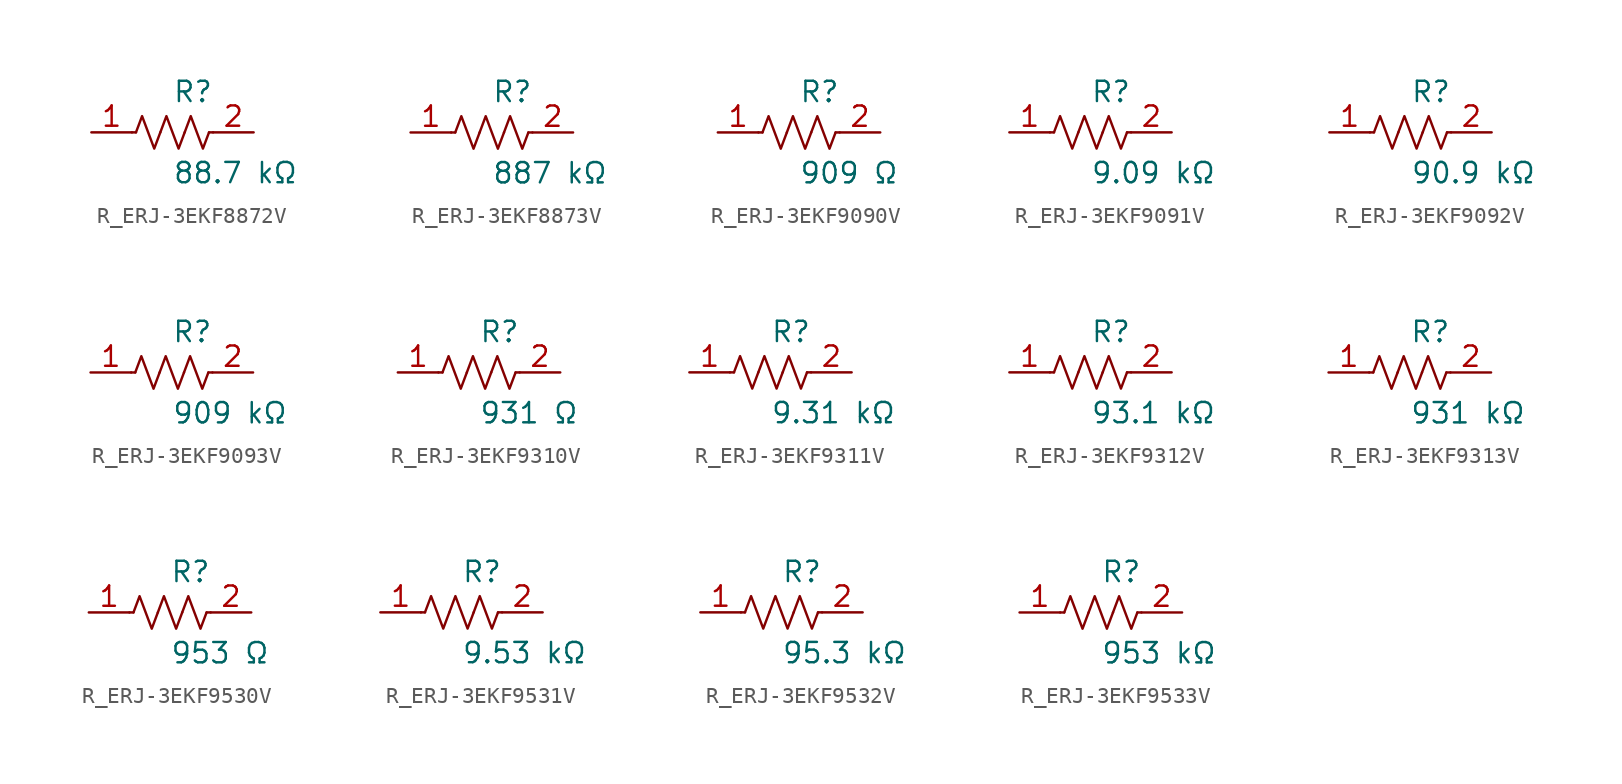
<source format=kicad_sym>
(kicad_symbol_lib
  (version 20231120)
  (generator "kicad_symbol_editor")
  (generator_version "8.0")
  (symbol "R_ERJ-3EKF8872V"
    (pin_names
      (offset 0.254))
    (property "Reference" "R"
      (at 0 2.54 0)
      (effects (font (size 1.27 1.27)) (justify left)))
    (property "Value" "88.7 kΩ"
      (at 0 -2.54 0)
      (effects (font (size 1.27 1.27)) (justify left)))
    (symbol "R_ERJ-3EKF8872V_0_1"
      (polyline (pts (xy 2.286 0) (xy 2.54 0)) (stroke (width 0) (type default)) (fill (type none)))
      (polyline (pts (xy -2.286 0) (xy -2.54 0)) (stroke (width 0) (type default)) (fill (type none)))
      (polyline (pts (xy 0.762 0) (xy 1.143 1.016) (xy 1.524 0) (xy 1.905 -1.016) (xy 2.286 0)) (stroke (width 0) (type default)) (fill (type none)))
      (polyline (pts (xy -0.762 0) (xy -0.381 1.016) (xy 0 0) (xy 0.381 -1.016) (xy 0.762 0)) (stroke (width 0) (type default)) (fill (type none)))
      (polyline (pts (xy -2.286 0) (xy -1.905 1.016) (xy -1.524 0) (xy -1.143 -1.016) (xy -0.762 0)) (stroke (width 0) (type default)) (fill (type none))))
    (pin unspecified line
      (at -5.08 0 0)
      (length 2.54)
      (name "" (effects (font (size 1.27 1.27))))
      (number "1" (effects (font (size 1.27 1.27)))))
    (pin unspecified line
      (at 5.08 0 180)
      (length 2.54)
      (name "" (effects (font (size 1.27 1.27))))
      (number "2" (effects (font (size 1.27 1.27))))))
  (symbol "R_ERJ-3EKF8873V"
    (pin_names
      (offset 0.254))
    (property "Reference" "R"
      (at 0 2.54 0)
      (effects (font (size 1.27 1.27)) (justify left)))
    (property "Value" "887 kΩ"
      (at 0 -2.54 0)
      (effects (font (size 1.27 1.27)) (justify left)))
    (symbol "R_ERJ-3EKF8873V_0_1"
      (polyline (pts (xy 2.286 0) (xy 2.54 0)) (stroke (width 0) (type default)) (fill (type none)))
      (polyline (pts (xy -2.286 0) (xy -2.54 0)) (stroke (width 0) (type default)) (fill (type none)))
      (polyline (pts (xy 0.762 0) (xy 1.143 1.016) (xy 1.524 0) (xy 1.905 -1.016) (xy 2.286 0)) (stroke (width 0) (type default)) (fill (type none)))
      (polyline (pts (xy -0.762 0) (xy -0.381 1.016) (xy 0 0) (xy 0.381 -1.016) (xy 0.762 0)) (stroke (width 0) (type default)) (fill (type none)))
      (polyline (pts (xy -2.286 0) (xy -1.905 1.016) (xy -1.524 0) (xy -1.143 -1.016) (xy -0.762 0)) (stroke (width 0) (type default)) (fill (type none))))
    (pin unspecified line
      (at -5.08 0 0)
      (length 2.54)
      (name "" (effects (font (size 1.27 1.27))))
      (number "1" (effects (font (size 1.27 1.27)))))
    (pin unspecified line
      (at 5.08 0 180)
      (length 2.54)
      (name "" (effects (font (size 1.27 1.27))))
      (number "2" (effects (font (size 1.27 1.27))))))
  (symbol "R_ERJ-3EKF9090V"
    (pin_names
      (offset 0.254))
    (property "Reference" "R"
      (at 0 2.54 0)
      (effects (font (size 1.27 1.27)) (justify left)))
    (property "Value" "909 Ω"
      (at 0 -2.54 0)
      (effects (font (size 1.27 1.27)) (justify left)))
    (symbol "R_ERJ-3EKF9090V_0_1"
      (polyline (pts (xy 2.286 0) (xy 2.54 0)) (stroke (width 0) (type default)) (fill (type none)))
      (polyline (pts (xy -2.286 0) (xy -2.54 0)) (stroke (width 0) (type default)) (fill (type none)))
      (polyline (pts (xy 0.762 0) (xy 1.143 1.016) (xy 1.524 0) (xy 1.905 -1.016) (xy 2.286 0)) (stroke (width 0) (type default)) (fill (type none)))
      (polyline (pts (xy -0.762 0) (xy -0.381 1.016) (xy 0 0) (xy 0.381 -1.016) (xy 0.762 0)) (stroke (width 0) (type default)) (fill (type none)))
      (polyline (pts (xy -2.286 0) (xy -1.905 1.016) (xy -1.524 0) (xy -1.143 -1.016) (xy -0.762 0)) (stroke (width 0) (type default)) (fill (type none))))
    (pin unspecified line
      (at -5.08 0 0)
      (length 2.54)
      (name "" (effects (font (size 1.27 1.27))))
      (number "1" (effects (font (size 1.27 1.27)))))
    (pin unspecified line
      (at 5.08 0 180)
      (length 2.54)
      (name "" (effects (font (size 1.27 1.27))))
      (number "2" (effects (font (size 1.27 1.27))))))
  (symbol "R_ERJ-3EKF9091V"
    (pin_names
      (offset 0.254))
    (property "Reference" "R"
      (at 0 2.54 0)
      (effects (font (size 1.27 1.27)) (justify left)))
    (property "Value" "9.09 kΩ"
      (at 0 -2.54 0)
      (effects (font (size 1.27 1.27)) (justify left)))
    (symbol "R_ERJ-3EKF9091V_0_1"
      (polyline (pts (xy 2.286 0) (xy 2.54 0)) (stroke (width 0) (type default)) (fill (type none)))
      (polyline (pts (xy -2.286 0) (xy -2.54 0)) (stroke (width 0) (type default)) (fill (type none)))
      (polyline (pts (xy 0.762 0) (xy 1.143 1.016) (xy 1.524 0) (xy 1.905 -1.016) (xy 2.286 0)) (stroke (width 0) (type default)) (fill (type none)))
      (polyline (pts (xy -0.762 0) (xy -0.381 1.016) (xy 0 0) (xy 0.381 -1.016) (xy 0.762 0)) (stroke (width 0) (type default)) (fill (type none)))
      (polyline (pts (xy -2.286 0) (xy -1.905 1.016) (xy -1.524 0) (xy -1.143 -1.016) (xy -0.762 0)) (stroke (width 0) (type default)) (fill (type none))))
    (pin unspecified line
      (at -5.08 0 0)
      (length 2.54)
      (name "" (effects (font (size 1.27 1.27))))
      (number "1" (effects (font (size 1.27 1.27)))))
    (pin unspecified line
      (at 5.08 0 180)
      (length 2.54)
      (name "" (effects (font (size 1.27 1.27))))
      (number "2" (effects (font (size 1.27 1.27))))))
  (symbol "R_ERJ-3EKF9092V"
    (pin_names
      (offset 0.254))
    (property "Reference" "R"
      (at 0 2.54 0)
      (effects (font (size 1.27 1.27)) (justify left)))
    (property "Value" "90.9 kΩ"
      (at 0 -2.54 0)
      (effects (font (size 1.27 1.27)) (justify left)))
    (symbol "R_ERJ-3EKF9092V_0_1"
      (polyline (pts (xy 2.286 0) (xy 2.54 0)) (stroke (width 0) (type default)) (fill (type none)))
      (polyline (pts (xy -2.286 0) (xy -2.54 0)) (stroke (width 0) (type default)) (fill (type none)))
      (polyline (pts (xy 0.762 0) (xy 1.143 1.016) (xy 1.524 0) (xy 1.905 -1.016) (xy 2.286 0)) (stroke (width 0) (type default)) (fill (type none)))
      (polyline (pts (xy -0.762 0) (xy -0.381 1.016) (xy 0 0) (xy 0.381 -1.016) (xy 0.762 0)) (stroke (width 0) (type default)) (fill (type none)))
      (polyline (pts (xy -2.286 0) (xy -1.905 1.016) (xy -1.524 0) (xy -1.143 -1.016) (xy -0.762 0)) (stroke (width 0) (type default)) (fill (type none))))
    (pin unspecified line
      (at -5.08 0 0)
      (length 2.54)
      (name "" (effects (font (size 1.27 1.27))))
      (number "1" (effects (font (size 1.27 1.27)))))
    (pin unspecified line
      (at 5.08 0 180)
      (length 2.54)
      (name "" (effects (font (size 1.27 1.27))))
      (number "2" (effects (font (size 1.27 1.27))))))
  (symbol "R_ERJ-3EKF9093V"
    (pin_names
      (offset 0.254))
    (property "Reference" "R"
      (at 0 2.54 0)
      (effects (font (size 1.27 1.27)) (justify left)))
    (property "Value" "909 kΩ"
      (at 0 -2.54 0)
      (effects (font (size 1.27 1.27)) (justify left)))
    (symbol "R_ERJ-3EKF9093V_0_1"
      (polyline (pts (xy 2.286 0) (xy 2.54 0)) (stroke (width 0) (type default)) (fill (type none)))
      (polyline (pts (xy -2.286 0) (xy -2.54 0)) (stroke (width 0) (type default)) (fill (type none)))
      (polyline (pts (xy 0.762 0) (xy 1.143 1.016) (xy 1.524 0) (xy 1.905 -1.016) (xy 2.286 0)) (stroke (width 0) (type default)) (fill (type none)))
      (polyline (pts (xy -0.762 0) (xy -0.381 1.016) (xy 0 0) (xy 0.381 -1.016) (xy 0.762 0)) (stroke (width 0) (type default)) (fill (type none)))
      (polyline (pts (xy -2.286 0) (xy -1.905 1.016) (xy -1.524 0) (xy -1.143 -1.016) (xy -0.762 0)) (stroke (width 0) (type default)) (fill (type none))))
    (pin unspecified line
      (at -5.08 0 0)
      (length 2.54)
      (name "" (effects (font (size 1.27 1.27))))
      (number "1" (effects (font (size 1.27 1.27)))))
    (pin unspecified line
      (at 5.08 0 180)
      (length 2.54)
      (name "" (effects (font (size 1.27 1.27))))
      (number "2" (effects (font (size 1.27 1.27))))))
  (symbol "R_ERJ-3EKF9310V"
    (pin_names
      (offset 0.254))
    (property "Reference" "R"
      (at 0 2.54 0)
      (effects (font (size 1.27 1.27)) (justify left)))
    (property "Value" "931 Ω"
      (at 0 -2.54 0)
      (effects (font (size 1.27 1.27)) (justify left)))
    (symbol "R_ERJ-3EKF9310V_0_1"
      (polyline (pts (xy 2.286 0) (xy 2.54 0)) (stroke (width 0) (type default)) (fill (type none)))
      (polyline (pts (xy -2.286 0) (xy -2.54 0)) (stroke (width 0) (type default)) (fill (type none)))
      (polyline (pts (xy 0.762 0) (xy 1.143 1.016) (xy 1.524 0) (xy 1.905 -1.016) (xy 2.286 0)) (stroke (width 0) (type default)) (fill (type none)))
      (polyline (pts (xy -0.762 0) (xy -0.381 1.016) (xy 0 0) (xy 0.381 -1.016) (xy 0.762 0)) (stroke (width 0) (type default)) (fill (type none)))
      (polyline (pts (xy -2.286 0) (xy -1.905 1.016) (xy -1.524 0) (xy -1.143 -1.016) (xy -0.762 0)) (stroke (width 0) (type default)) (fill (type none))))
    (pin unspecified line
      (at -5.08 0 0)
      (length 2.54)
      (name "" (effects (font (size 1.27 1.27))))
      (number "1" (effects (font (size 1.27 1.27)))))
    (pin unspecified line
      (at 5.08 0 180)
      (length 2.54)
      (name "" (effects (font (size 1.27 1.27))))
      (number "2" (effects (font (size 1.27 1.27))))))
  (symbol "R_ERJ-3EKF9311V"
    (pin_names
      (offset 0.254))
    (property "Reference" "R"
      (at 0 2.54 0)
      (effects (font (size 1.27 1.27)) (justify left)))
    (property "Value" "9.31 kΩ"
      (at 0 -2.54 0)
      (effects (font (size 1.27 1.27)) (justify left)))
    (symbol "R_ERJ-3EKF9311V_0_1"
      (polyline (pts (xy 2.286 0) (xy 2.54 0)) (stroke (width 0) (type default)) (fill (type none)))
      (polyline (pts (xy -2.286 0) (xy -2.54 0)) (stroke (width 0) (type default)) (fill (type none)))
      (polyline (pts (xy 0.762 0) (xy 1.143 1.016) (xy 1.524 0) (xy 1.905 -1.016) (xy 2.286 0)) (stroke (width 0) (type default)) (fill (type none)))
      (polyline (pts (xy -0.762 0) (xy -0.381 1.016) (xy 0 0) (xy 0.381 -1.016) (xy 0.762 0)) (stroke (width 0) (type default)) (fill (type none)))
      (polyline (pts (xy -2.286 0) (xy -1.905 1.016) (xy -1.524 0) (xy -1.143 -1.016) (xy -0.762 0)) (stroke (width 0) (type default)) (fill (type none))))
    (pin unspecified line
      (at -5.08 0 0)
      (length 2.54)
      (name "" (effects (font (size 1.27 1.27))))
      (number "1" (effects (font (size 1.27 1.27)))))
    (pin unspecified line
      (at 5.08 0 180)
      (length 2.54)
      (name "" (effects (font (size 1.27 1.27))))
      (number "2" (effects (font (size 1.27 1.27))))))
  (symbol "R_ERJ-3EKF9312V"
    (pin_names
      (offset 0.254))
    (property "Reference" "R"
      (at 0 2.54 0)
      (effects (font (size 1.27 1.27)) (justify left)))
    (property "Value" "93.1 kΩ"
      (at 0 -2.54 0)
      (effects (font (size 1.27 1.27)) (justify left)))
    (symbol "R_ERJ-3EKF9312V_0_1"
      (polyline (pts (xy 2.286 0) (xy 2.54 0)) (stroke (width 0) (type default)) (fill (type none)))
      (polyline (pts (xy -2.286 0) (xy -2.54 0)) (stroke (width 0) (type default)) (fill (type none)))
      (polyline (pts (xy 0.762 0) (xy 1.143 1.016) (xy 1.524 0) (xy 1.905 -1.016) (xy 2.286 0)) (stroke (width 0) (type default)) (fill (type none)))
      (polyline (pts (xy -0.762 0) (xy -0.381 1.016) (xy 0 0) (xy 0.381 -1.016) (xy 0.762 0)) (stroke (width 0) (type default)) (fill (type none)))
      (polyline (pts (xy -2.286 0) (xy -1.905 1.016) (xy -1.524 0) (xy -1.143 -1.016) (xy -0.762 0)) (stroke (width 0) (type default)) (fill (type none))))
    (pin unspecified line
      (at -5.08 0 0)
      (length 2.54)
      (name "" (effects (font (size 1.27 1.27))))
      (number "1" (effects (font (size 1.27 1.27)))))
    (pin unspecified line
      (at 5.08 0 180)
      (length 2.54)
      (name "" (effects (font (size 1.27 1.27))))
      (number "2" (effects (font (size 1.27 1.27))))))
  (symbol "R_ERJ-3EKF9313V"
    (pin_names
      (offset 0.254))
    (property "Reference" "R"
      (at 0 2.54 0)
      (effects (font (size 1.27 1.27)) (justify left)))
    (property "Value" "931 kΩ"
      (at 0 -2.54 0)
      (effects (font (size 1.27 1.27)) (justify left)))
    (symbol "R_ERJ-3EKF9313V_0_1"
      (polyline (pts (xy 2.286 0) (xy 2.54 0)) (stroke (width 0) (type default)) (fill (type none)))
      (polyline (pts (xy -2.286 0) (xy -2.54 0)) (stroke (width 0) (type default)) (fill (type none)))
      (polyline (pts (xy 0.762 0) (xy 1.143 1.016) (xy 1.524 0) (xy 1.905 -1.016) (xy 2.286 0)) (stroke (width 0) (type default)) (fill (type none)))
      (polyline (pts (xy -0.762 0) (xy -0.381 1.016) (xy 0 0) (xy 0.381 -1.016) (xy 0.762 0)) (stroke (width 0) (type default)) (fill (type none)))
      (polyline (pts (xy -2.286 0) (xy -1.905 1.016) (xy -1.524 0) (xy -1.143 -1.016) (xy -0.762 0)) (stroke (width 0) (type default)) (fill (type none))))
    (pin unspecified line
      (at -5.08 0 0)
      (length 2.54)
      (name "" (effects (font (size 1.27 1.27))))
      (number "1" (effects (font (size 1.27 1.27)))))
    (pin unspecified line
      (at 5.08 0 180)
      (length 2.54)
      (name "" (effects (font (size 1.27 1.27))))
      (number "2" (effects (font (size 1.27 1.27))))))
  (symbol "R_ERJ-3EKF9530V"
    (pin_names
      (offset 0.254))
    (property "Reference" "R"
      (at 0 2.54 0)
      (effects (font (size 1.27 1.27)) (justify left)))
    (property "Value" "953 Ω"
      (at 0 -2.54 0)
      (effects (font (size 1.27 1.27)) (justify left)))
    (symbol "R_ERJ-3EKF9530V_0_1"
      (polyline (pts (xy 2.286 0) (xy 2.54 0)) (stroke (width 0) (type default)) (fill (type none)))
      (polyline (pts (xy -2.286 0) (xy -2.54 0)) (stroke (width 0) (type default)) (fill (type none)))
      (polyline (pts (xy 0.762 0) (xy 1.143 1.016) (xy 1.524 0) (xy 1.905 -1.016) (xy 2.286 0)) (stroke (width 0) (type default)) (fill (type none)))
      (polyline (pts (xy -0.762 0) (xy -0.381 1.016) (xy 0 0) (xy 0.381 -1.016) (xy 0.762 0)) (stroke (width 0) (type default)) (fill (type none)))
      (polyline (pts (xy -2.286 0) (xy -1.905 1.016) (xy -1.524 0) (xy -1.143 -1.016) (xy -0.762 0)) (stroke (width 0) (type default)) (fill (type none))))
    (pin unspecified line
      (at -5.08 0 0)
      (length 2.54)
      (name "" (effects (font (size 1.27 1.27))))
      (number "1" (effects (font (size 1.27 1.27)))))
    (pin unspecified line
      (at 5.08 0 180)
      (length 2.54)
      (name "" (effects (font (size 1.27 1.27))))
      (number "2" (effects (font (size 1.27 1.27))))))
  (symbol "R_ERJ-3EKF9531V"
    (pin_names
      (offset 0.254))
    (property "Reference" "R"
      (at 0 2.54 0)
      (effects (font (size 1.27 1.27)) (justify left)))
    (property "Value" "9.53 kΩ"
      (at 0 -2.54 0)
      (effects (font (size 1.27 1.27)) (justify left)))
    (symbol "R_ERJ-3EKF9531V_0_1"
      (polyline (pts (xy 2.286 0) (xy 2.54 0)) (stroke (width 0) (type default)) (fill (type none)))
      (polyline (pts (xy -2.286 0) (xy -2.54 0)) (stroke (width 0) (type default)) (fill (type none)))
      (polyline (pts (xy 0.762 0) (xy 1.143 1.016) (xy 1.524 0) (xy 1.905 -1.016) (xy 2.286 0)) (stroke (width 0) (type default)) (fill (type none)))
      (polyline (pts (xy -0.762 0) (xy -0.381 1.016) (xy 0 0) (xy 0.381 -1.016) (xy 0.762 0)) (stroke (width 0) (type default)) (fill (type none)))
      (polyline (pts (xy -2.286 0) (xy -1.905 1.016) (xy -1.524 0) (xy -1.143 -1.016) (xy -0.762 0)) (stroke (width 0) (type default)) (fill (type none))))
    (pin unspecified line
      (at -5.08 0 0)
      (length 2.54)
      (name "" (effects (font (size 1.27 1.27))))
      (number "1" (effects (font (size 1.27 1.27)))))
    (pin unspecified line
      (at 5.08 0 180)
      (length 2.54)
      (name "" (effects (font (size 1.27 1.27))))
      (number "2" (effects (font (size 1.27 1.27))))))
  (symbol "R_ERJ-3EKF9532V"
    (pin_names
      (offset 0.254))
    (property "Reference" "R"
      (at 0 2.54 0)
      (effects (font (size 1.27 1.27)) (justify left)))
    (property "Value" "95.3 kΩ"
      (at 0 -2.54 0)
      (effects (font (size 1.27 1.27)) (justify left)))
    (symbol "R_ERJ-3EKF9532V_0_1"
      (polyline (pts (xy 2.286 0) (xy 2.54 0)) (stroke (width 0) (type default)) (fill (type none)))
      (polyline (pts (xy -2.286 0) (xy -2.54 0)) (stroke (width 0) (type default)) (fill (type none)))
      (polyline (pts (xy 0.762 0) (xy 1.143 1.016) (xy 1.524 0) (xy 1.905 -1.016) (xy 2.286 0)) (stroke (width 0) (type default)) (fill (type none)))
      (polyline (pts (xy -0.762 0) (xy -0.381 1.016) (xy 0 0) (xy 0.381 -1.016) (xy 0.762 0)) (stroke (width 0) (type default)) (fill (type none)))
      (polyline (pts (xy -2.286 0) (xy -1.905 1.016) (xy -1.524 0) (xy -1.143 -1.016) (xy -0.762 0)) (stroke (width 0) (type default)) (fill (type none))))
    (pin unspecified line
      (at -5.08 0 0)
      (length 2.54)
      (name "" (effects (font (size 1.27 1.27))))
      (number "1" (effects (font (size 1.27 1.27)))))
    (pin unspecified line
      (at 5.08 0 180)
      (length 2.54)
      (name "" (effects (font (size 1.27 1.27))))
      (number "2" (effects (font (size 1.27 1.27))))))
  (symbol "R_ERJ-3EKF9533V"
    (pin_names
      (offset 0.254))
    (property "Reference" "R"
      (at 0 2.54 0)
      (effects (font (size 1.27 1.27)) (justify left)))
    (property "Value" "953 kΩ"
      (at 0 -2.54 0)
      (effects (font (size 1.27 1.27)) (justify left)))
    (symbol "R_ERJ-3EKF9533V_0_1"
      (polyline (pts (xy 2.286 0) (xy 2.54 0)) (stroke (width 0) (type default)) (fill (type none)))
      (polyline (pts (xy -2.286 0) (xy -2.54 0)) (stroke (width 0) (type default)) (fill (type none)))
      (polyline (pts (xy 0.762 0) (xy 1.143 1.016) (xy 1.524 0) (xy 1.905 -1.016) (xy 2.286 0)) (stroke (width 0) (type default)) (fill (type none)))
      (polyline (pts (xy -0.762 0) (xy -0.381 1.016) (xy 0 0) (xy 0.381 -1.016) (xy 0.762 0)) (stroke (width 0) (type default)) (fill (type none)))
      (polyline (pts (xy -2.286 0) (xy -1.905 1.016) (xy -1.524 0) (xy -1.143 -1.016) (xy -0.762 0)) (stroke (width 0) (type default)) (fill (type none))))
    (pin unspecified line
      (at -5.08 0 0)
      (length 2.54)
      (name "" (effects (font (size 1.27 1.27))))
      (number "1" (effects (font (size 1.27 1.27)))))
    (pin unspecified line
      (at 5.08 0 180)
      (length 2.54)
      (name "" (effects (font (size 1.27 1.27))))
      (number "2" (effects (font (size 1.27 1.27)))))))
</source>
